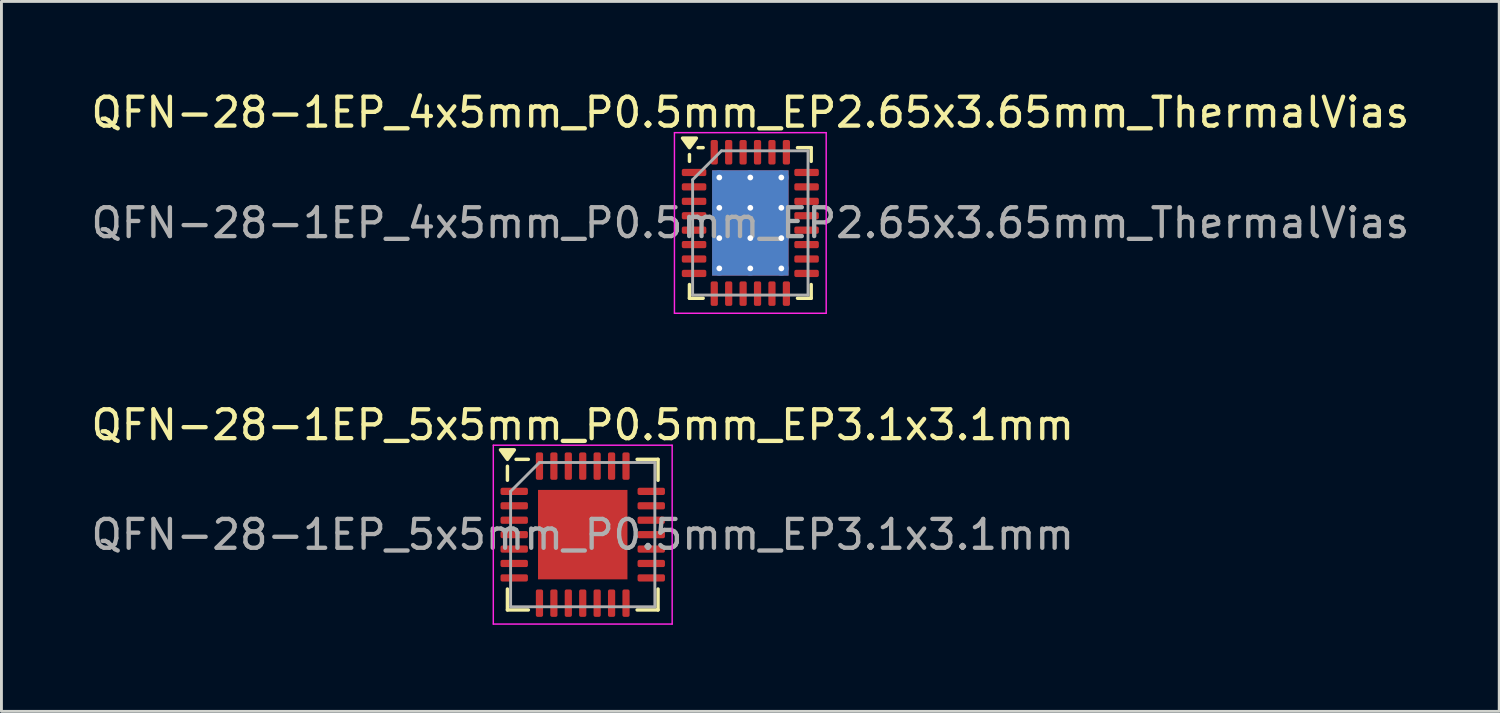
<source format=kicad_pcb>
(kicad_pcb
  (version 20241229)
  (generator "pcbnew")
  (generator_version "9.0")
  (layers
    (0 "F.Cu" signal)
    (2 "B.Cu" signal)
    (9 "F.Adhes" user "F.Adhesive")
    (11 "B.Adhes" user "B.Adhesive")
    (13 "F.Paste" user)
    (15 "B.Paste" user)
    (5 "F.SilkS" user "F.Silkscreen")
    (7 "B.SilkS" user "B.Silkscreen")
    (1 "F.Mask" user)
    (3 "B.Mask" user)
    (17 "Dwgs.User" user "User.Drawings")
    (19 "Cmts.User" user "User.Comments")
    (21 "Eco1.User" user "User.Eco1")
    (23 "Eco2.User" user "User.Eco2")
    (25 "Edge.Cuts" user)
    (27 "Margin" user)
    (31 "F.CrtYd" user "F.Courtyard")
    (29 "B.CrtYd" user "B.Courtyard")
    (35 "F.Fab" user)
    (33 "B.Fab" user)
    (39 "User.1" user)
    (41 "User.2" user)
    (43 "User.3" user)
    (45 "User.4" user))
  (footprint "QFN-28-1EP_5x5mm_P0.5mm_EP3.1x3.1mm"
    (layer "F.Cu")
    (at 17.149 15.482)
    (property "Reference" "QFN-28-1EP_5x5mm_P0.5mm_EP3.1x3.1mm" (at 0 -3.8 0) (layer "F.SilkS") (effects (font (size 1 1) (thickness 0.15))))
    (attr smd)
    (fp_line (start -2.61 -1.885) (end -2.61 -2.37) (stroke (width 0.12) (type solid)) (layer "F.SilkS"))
    (fp_line (start -2.61 2.61) (end -2.61 1.885) (stroke (width 0.12) (type solid)) (layer "F.SilkS"))
    (fp_line (start -1.885 -2.61) (end -2.31 -2.61) (stroke (width 0.12) (type solid)) (layer "F.SilkS"))
    (fp_line (start -1.885 2.61) (end -2.61 2.61) (stroke (width 0.12) (type solid)) (layer "F.SilkS"))
    (fp_line (start 1.885 -2.61) (end 2.61 -2.61) (stroke (width 0.12) (type solid)) (layer "F.SilkS"))
    (fp_line (start 1.885 2.61) (end 2.61 2.61) (stroke (width 0.12) (type solid)) (layer "F.SilkS"))
    (fp_line (start 2.61 -2.61) (end 2.61 -1.885) (stroke (width 0.12) (type solid)) (layer "F.SilkS"))
    (fp_line (start 2.61 2.61) (end 2.61 1.885) (stroke (width 0.12) (type solid)) (layer "F.SilkS"))
    (fp_poly (pts (xy -2.61 -2.61) (xy -2.85 -2.94) (xy -2.37 -2.94) (xy -2.61 -2.61)) (stroke (width 0.12) (type solid)) (fill yes) (layer "F.SilkS"))
    (fp_line (start -3.1 -3.1) (end -3.1 3.1) (stroke (width 0.05) (type solid)) (layer "F.CrtYd"))
    (fp_line (start -3.1 3.1) (end 3.1 3.1) (stroke (width 0.05) (type solid)) (layer "F.CrtYd"))
    (fp_line (start 3.1 -3.1) (end -3.1 -3.1) (stroke (width 0.05) (type solid)) (layer "F.CrtYd"))
    (fp_line (start 3.1 3.1) (end 3.1 -3.1) (stroke (width 0.05) (type solid)) (layer "F.CrtYd"))
    (fp_line (start -2.5 -1.5) (end -1.5 -2.5) (stroke (width 0.1) (type solid)) (layer "F.Fab"))
    (fp_line (start -2.5 2.5) (end -2.5 -1.5) (stroke (width 0.1) (type solid)) (layer "F.Fab"))
    (fp_line (start -1.5 -2.5) (end 2.5 -2.5) (stroke (width 0.1) (type solid)) (layer "F.Fab"))
    (fp_line (start 2.5 -2.5) (end 2.5 2.5) (stroke (width 0.1) (type solid)) (layer "F.Fab"))
    (fp_line (start 2.5 2.5) (end -2.5 2.5) (stroke (width 0.1) (type solid)) (layer "F.Fab"))
    (fp_text user "${REFERENCE}" (at 0 0 0) (layer "F.Fab") (effects (font (size 1 1) (thickness 0.15))))
    (pad "" smd roundrect (at -1.03 -1.03) (size 0.83 0.83) (layers "F.Paste") (roundrect_rratio 0.25))
    (pad "" smd roundrect (at -1.03 0) (size 0.83 0.83) (layers "F.Paste") (roundrect_rratio 0.25))
    (pad "" smd roundrect (at -1.03 1.03) (size 0.83 0.83) (layers "F.Paste") (roundrect_rratio 0.25))
    (pad "" smd roundrect (at 0 -1.03) (size 0.83 0.83) (layers "F.Paste") (roundrect_rratio 0.25))
    (pad "" smd roundrect (at 0 0) (size 0.83 0.83) (layers "F.Paste") (roundrect_rratio 0.25))
    (pad "" smd roundrect (at 0 1.03) (size 0.83 0.83) (layers "F.Paste") (roundrect_rratio 0.25))
    (pad "" smd roundrect (at 1.03 -1.03) (size 0.83 0.83) (layers "F.Paste") (roundrect_rratio 0.25))
    (pad "" smd roundrect (at 1.03 0) (size 0.83 0.83) (layers "F.Paste") (roundrect_rratio 0.25))
    (pad "" smd roundrect (at 1.03 1.03) (size 0.83 0.83) (layers "F.Paste") (roundrect_rratio 0.25))
    (pad "1" smd roundrect (at -2.375 -1.5) (size 0.95 0.25) (layers "F.Cu" "F.Mask" "F.Paste") (roundrect_rratio 0.25))
    (pad "2" smd roundrect (at -2.375 -1) (size 0.95 0.25) (layers "F.Cu" "F.Mask" "F.Paste") (roundrect_rratio 0.25))
    (pad "3" smd roundrect (at -2.375 -0.5) (size 0.95 0.25) (layers "F.Cu" "F.Mask" "F.Paste") (roundrect_rratio 0.25))
    (pad "4" smd roundrect (at -2.375 0) (size 0.95 0.25) (layers "F.Cu" "F.Mask" "F.Paste") (roundrect_rratio 0.25))
    (pad "5" smd roundrect (at -2.375 0.5) (size 0.95 0.25) (layers "F.Cu" "F.Mask" "F.Paste") (roundrect_rratio 0.25))
    (pad "6" smd roundrect (at -2.375 1) (size 0.95 0.25) (layers "F.Cu" "F.Mask" "F.Paste") (roundrect_rratio 0.25))
    (pad "7" smd roundrect (at -2.375 1.5) (size 0.95 0.25) (layers "F.Cu" "F.Mask" "F.Paste") (roundrect_rratio 0.25))
    (pad "8" smd roundrect (at -1.5 2.375) (size 0.25 0.95) (layers "F.Cu" "F.Mask" "F.Paste") (roundrect_rratio 0.25))
    (pad "9" smd roundrect (at -1 2.375) (size 0.25 0.95) (layers "F.Cu" "F.Mask" "F.Paste") (roundrect_rratio 0.25))
    (pad "10" smd roundrect (at -0.5 2.375) (size 0.25 0.95) (layers "F.Cu" "F.Mask" "F.Paste") (roundrect_rratio 0.25))
    (pad "11" smd roundrect (at 0 2.375) (size 0.25 0.95) (layers "F.Cu" "F.Mask" "F.Paste") (roundrect_rratio 0.25))
    (pad "12" smd roundrect (at 0.5 2.375) (size 0.25 0.95) (layers "F.Cu" "F.Mask" "F.Paste") (roundrect_rratio 0.25))
    (pad "13" smd roundrect (at 1 2.375) (size 0.25 0.95) (layers "F.Cu" "F.Mask" "F.Paste") (roundrect_rratio 0.25))
    (pad "14" smd roundrect (at 1.5 2.375) (size 0.25 0.95) (layers "F.Cu" "F.Mask" "F.Paste") (roundrect_rratio 0.25))
    (pad "15" smd roundrect (at 2.375 1.5) (size 0.95 0.25) (layers "F.Cu" "F.Mask" "F.Paste") (roundrect_rratio 0.25))
    (pad "16" smd roundrect (at 2.375 1) (size 0.95 0.25) (layers "F.Cu" "F.Mask" "F.Paste") (roundrect_rratio 0.25))
    (pad "17" smd roundrect (at 2.375 0.5) (size 0.95 0.25) (layers "F.Cu" "F.Mask" "F.Paste") (roundrect_rratio 0.25))
    (pad "18" smd roundrect (at 2.375 0) (size 0.95 0.25) (layers "F.Cu" "F.Mask" "F.Paste") (roundrect_rratio 0.25))
    (pad "19" smd roundrect (at 2.375 -0.5) (size 0.95 0.25) (layers "F.Cu" "F.Mask" "F.Paste") (roundrect_rratio 0.25))
    (pad "20" smd roundrect (at 2.375 -1) (size 0.95 0.25) (layers "F.Cu" "F.Mask" "F.Paste") (roundrect_rratio 0.25))
    (pad "21" smd roundrect (at 2.375 -1.5) (size 0.95 0.25) (layers "F.Cu" "F.Mask" "F.Paste") (roundrect_rratio 0.25))
    (pad "22" smd roundrect (at 1.5 -2.375) (size 0.25 0.95) (layers "F.Cu" "F.Mask" "F.Paste") (roundrect_rratio 0.25))
    (pad "23" smd roundrect (at 1 -2.375) (size 0.25 0.95) (layers "F.Cu" "F.Mask" "F.Paste") (roundrect_rratio 0.25))
    (pad "24" smd roundrect (at 0.5 -2.375) (size 0.25 0.95) (layers "F.Cu" "F.Mask" "F.Paste") (roundrect_rratio 0.25))
    (pad "25" smd roundrect (at 0 -2.375) (size 0.25 0.95) (layers "F.Cu" "F.Mask" "F.Paste") (roundrect_rratio 0.25))
    (pad "26" smd roundrect (at -0.5 -2.375) (size 0.25 0.95) (layers "F.Cu" "F.Mask" "F.Paste") (roundrect_rratio 0.25))
    (pad "27" smd roundrect (at -1 -2.375) (size 0.25 0.95) (layers "F.Cu" "F.Mask" "F.Paste") (roundrect_rratio 0.25))
    (pad "28" smd roundrect (at -1.5 -2.375) (size 0.25 0.95) (layers "F.Cu" "F.Mask" "F.Paste") (roundrect_rratio 0.25))
    (pad "29" smd rect (at 0 0) (size 3.1 3.1) (property pad_prop_heatsink) (layers "F.Cu" "F.Mask")))
  (footprint "QFN-28-1EP_4x5mm_P0.5mm_EP2.65x3.65mm_ThermalVias"
    (layer "F.Cu")
    (at 22.958 4.678)
    (property "Reference" "QFN-28-1EP_4x5mm_P0.5mm_EP2.65x3.65mm_ThermalVias" (at 0 -3.83 0) (layer "F.SilkS") (effects (font (size 1 1) (thickness 0.15))))
    (attr smd)
    (fp_line (start -2.11 -2.135) (end -2.11 -2.37) (stroke (width 0.12) (type solid)) (layer "F.SilkS"))
    (fp_line (start -2.11 2.61) (end -2.11 2.135) (stroke (width 0.12) (type solid)) (layer "F.SilkS"))
    (fp_line (start -1.635 -2.61) (end -1.81 -2.61) (stroke (width 0.12) (type solid)) (layer "F.SilkS"))
    (fp_line (start -1.635 2.61) (end -2.11 2.61) (stroke (width 0.12) (type solid)) (layer "F.SilkS"))
    (fp_line (start 1.635 -2.61) (end 2.11 -2.61) (stroke (width 0.12) (type solid)) (layer "F.SilkS"))
    (fp_line (start 1.635 2.61) (end 2.11 2.61) (stroke (width 0.12) (type solid)) (layer "F.SilkS"))
    (fp_line (start 2.11 -2.61) (end 2.11 -2.135) (stroke (width 0.12) (type solid)) (layer "F.SilkS"))
    (fp_line (start 2.11 2.61) (end 2.11 2.135) (stroke (width 0.12) (type solid)) (layer "F.SilkS"))
    (fp_poly (pts (xy -2.11 -2.61) (xy -2.35 -2.94) (xy -1.87 -2.94) (xy -2.11 -2.61)) (stroke (width 0.12) (type solid)) (fill yes) (layer "F.SilkS"))
    (fp_line (start -2.63 -3.13) (end -2.63 3.13) (stroke (width 0.05) (type solid)) (layer "F.CrtYd"))
    (fp_line (start -2.63 3.13) (end 2.63 3.13) (stroke (width 0.05) (type solid)) (layer "F.CrtYd"))
    (fp_line (start 2.63 -3.13) (end -2.63 -3.13) (stroke (width 0.05) (type solid)) (layer "F.CrtYd"))
    (fp_line (start 2.63 3.13) (end 2.63 -3.13) (stroke (width 0.05) (type solid)) (layer "F.CrtYd"))
    (fp_line (start -2 -1.5) (end -1 -2.5) (stroke (width 0.1) (type solid)) (layer "F.Fab"))
    (fp_line (start -2 2.5) (end -2 -1.5) (stroke (width 0.1) (type solid)) (layer "F.Fab"))
    (fp_line (start -1 -2.5) (end 2 -2.5) (stroke (width 0.1) (type solid)) (layer "F.Fab"))
    (fp_line (start 2 -2.5) (end 2 2.5) (stroke (width 0.1) (type solid)) (layer "F.Fab"))
    (fp_line (start 2 2.5) (end -2 2.5) (stroke (width 0.1) (type solid)) (layer "F.Fab"))
    (fp_text user "${REFERENCE}" (at 0 0 0) (layer "F.Fab") (effects (font (size 1 1) (thickness 0.15))))
    (pad "" smd roundrect (at -0.66 -1.22) (size 1.07 0.98) (layers "F.Paste") (roundrect_rratio 0.25))
    (pad "" smd roundrect (at -0.66 0) (size 1.07 0.98) (layers "F.Paste") (roundrect_rratio 0.25))
    (pad "" smd roundrect (at -0.66 1.22) (size 1.07 0.98) (layers "F.Paste") (roundrect_rratio 0.25))
    (pad "" smd roundrect (at 0.66 -1.22) (size 1.07 0.98) (layers "F.Paste") (roundrect_rratio 0.25))
    (pad "" smd roundrect (at 0.66 0) (size 1.07 0.98) (layers "F.Paste") (roundrect_rratio 0.25))
    (pad "" smd roundrect (at 0.66 1.22) (size 1.07 0.98) (layers "F.Paste") (roundrect_rratio 0.25))
    (pad "1" smd roundrect (at -1.95 -1.75) (size 0.85 0.25) (layers "F.Cu" "F.Mask" "F.Paste") (roundrect_rratio 0.25))
    (pad "2" smd roundrect (at -1.95 -1.25) (size 0.85 0.25) (layers "F.Cu" "F.Mask" "F.Paste") (roundrect_rratio 0.25))
    (pad "3" smd roundrect (at -1.95 -0.75) (size 0.85 0.25) (layers "F.Cu" "F.Mask" "F.Paste") (roundrect_rratio 0.25))
    (pad "4" smd roundrect (at -1.95 -0.25) (size 0.85 0.25) (layers "F.Cu" "F.Mask" "F.Paste") (roundrect_rratio 0.25))
    (pad "5" smd roundrect (at -1.95 0.25) (size 0.85 0.25) (layers "F.Cu" "F.Mask" "F.Paste") (roundrect_rratio 0.25))
    (pad "6" smd roundrect (at -1.95 0.75) (size 0.85 0.25) (layers "F.Cu" "F.Mask" "F.Paste") (roundrect_rratio 0.25))
    (pad "7" smd roundrect (at -1.95 1.25) (size 0.85 0.25) (layers "F.Cu" "F.Mask" "F.Paste") (roundrect_rratio 0.25))
    (pad "8" smd roundrect (at -1.95 1.75) (size 0.85 0.25) (layers "F.Cu" "F.Mask" "F.Paste") (roundrect_rratio 0.25))
    (pad "9" smd roundrect (at -1.25 2.45) (size 0.25 0.85) (layers "F.Cu" "F.Mask" "F.Paste") (roundrect_rratio 0.25))
    (pad "10" smd roundrect (at -0.75 2.45) (size 0.25 0.85) (layers "F.Cu" "F.Mask" "F.Paste") (roundrect_rratio 0.25))
    (pad "11" smd roundrect (at -0.25 2.45) (size 0.25 0.85) (layers "F.Cu" "F.Mask" "F.Paste") (roundrect_rratio 0.25))
    (pad "12" smd roundrect (at 0.25 2.45) (size 0.25 0.85) (layers "F.Cu" "F.Mask" "F.Paste") (roundrect_rratio 0.25))
    (pad "13" smd roundrect (at 0.75 2.45) (size 0.25 0.85) (layers "F.Cu" "F.Mask" "F.Paste") (roundrect_rratio 0.25))
    (pad "14" smd roundrect (at 1.25 2.45) (size 0.25 0.85) (layers "F.Cu" "F.Mask" "F.Paste") (roundrect_rratio 0.25))
    (pad "15" smd roundrect (at 1.95 1.75) (size 0.85 0.25) (layers "F.Cu" "F.Mask" "F.Paste") (roundrect_rratio 0.25))
    (pad "16" smd roundrect (at 1.95 1.25) (size 0.85 0.25) (layers "F.Cu" "F.Mask" "F.Paste") (roundrect_rratio 0.25))
    (pad "17" smd roundrect (at 1.95 0.75) (size 0.85 0.25) (layers "F.Cu" "F.Mask" "F.Paste") (roundrect_rratio 0.25))
    (pad "18" smd roundrect (at 1.95 0.25) (size 0.85 0.25) (layers "F.Cu" "F.Mask" "F.Paste") (roundrect_rratio 0.25))
    (pad "19" smd roundrect (at 1.95 -0.25) (size 0.85 0.25) (layers "F.Cu" "F.Mask" "F.Paste") (roundrect_rratio 0.25))
    (pad "20" smd roundrect (at 1.95 -0.75) (size 0.85 0.25) (layers "F.Cu" "F.Mask" "F.Paste") (roundrect_rratio 0.25))
    (pad "21" smd roundrect (at 1.95 -1.25) (size 0.85 0.25) (layers "F.Cu" "F.Mask" "F.Paste") (roundrect_rratio 0.25))
    (pad "22" smd roundrect (at 1.95 -1.75) (size 0.85 0.25) (layers "F.Cu" "F.Mask" "F.Paste") (roundrect_rratio 0.25))
    (pad "23" smd roundrect (at 1.25 -2.45) (size 0.25 0.85) (layers "F.Cu" "F.Mask" "F.Paste") (roundrect_rratio 0.25))
    (pad "24" smd roundrect (at 0.75 -2.45) (size 0.25 0.85) (layers "F.Cu" "F.Mask" "F.Paste") (roundrect_rratio 0.25))
    (pad "25" smd roundrect (at 0.25 -2.45) (size 0.25 0.85) (layers "F.Cu" "F.Mask" "F.Paste") (roundrect_rratio 0.25))
    (pad "26" smd roundrect (at -0.25 -2.45) (size 0.25 0.85) (layers "F.Cu" "F.Mask" "F.Paste") (roundrect_rratio 0.25))
    (pad "27" smd roundrect (at -0.75 -2.45) (size 0.25 0.85) (layers "F.Cu" "F.Mask" "F.Paste") (roundrect_rratio 0.25))
    (pad "28" smd roundrect (at -1.25 -2.45) (size 0.25 0.85) (layers "F.Cu" "F.Mask" "F.Paste") (roundrect_rratio 0.25))
    (pad "29" thru_hole circle (at -1.075 -1.575) (size 0.5 0.5) (drill 0.2) (property pad_prop_heatsink) (layers "*.Cu"))
    (pad "29" thru_hole circle (at -1.075 -0.525) (size 0.5 0.5) (drill 0.2) (property pad_prop_heatsink) (layers "*.Cu"))
    (pad "29" thru_hole circle (at -1.075 0.525) (size 0.5 0.5) (drill 0.2) (property pad_prop_heatsink) (layers "*.Cu"))
    (pad "29" thru_hole circle (at -1.075 1.575) (size 0.5 0.5) (drill 0.2) (property pad_prop_heatsink) (layers "*.Cu"))
    (pad "29" thru_hole circle (at 0 -1.575) (size 0.5 0.5) (drill 0.2) (property pad_prop_heatsink) (layers "*.Cu"))
    (pad "29" thru_hole circle (at 0 -0.525) (size 0.5 0.5) (drill 0.2) (property pad_prop_heatsink) (layers "*.Cu"))
    (pad "29" smd rect (at 0 0) (size 2.65 3.65) (property pad_prop_heatsink) (layers "F.Cu" "F.Mask"))
    (pad "29" smd rect (at 0 0) (size 2.65 3.65) (property pad_prop_heatsink) (layers "B.Cu"))
    (pad "29" thru_hole circle (at 0 0.525) (size 0.5 0.5) (drill 0.2) (property pad_prop_heatsink) (layers "*.Cu"))
    (pad "29" thru_hole circle (at 0 1.575) (size 0.5 0.5) (drill 0.2) (property pad_prop_heatsink) (layers "*.Cu"))
    (pad "29" thru_hole circle (at 1.075 -1.575) (size 0.5 0.5) (drill 0.2) (property pad_prop_heatsink) (layers "*.Cu"))
    (pad "29" thru_hole circle (at 1.075 -0.525) (size 0.5 0.5) (drill 0.2) (property pad_prop_heatsink) (layers "*.Cu"))
    (pad "29" thru_hole circle (at 1.075 0.525) (size 0.5 0.5) (drill 0.2) (property pad_prop_heatsink) (layers "*.Cu"))
    (pad "29" thru_hole circle (at 1.075 1.575) (size 0.5 0.5) (drill 0.2) (property pad_prop_heatsink) (layers "*.Cu")))
  (gr_rect
    (start -3 -3)
    (end 48.917 21.607)
    (stroke (width 0.1) (type default))
    (fill no)
    (layer "Edge.Cuts")))
</source>
